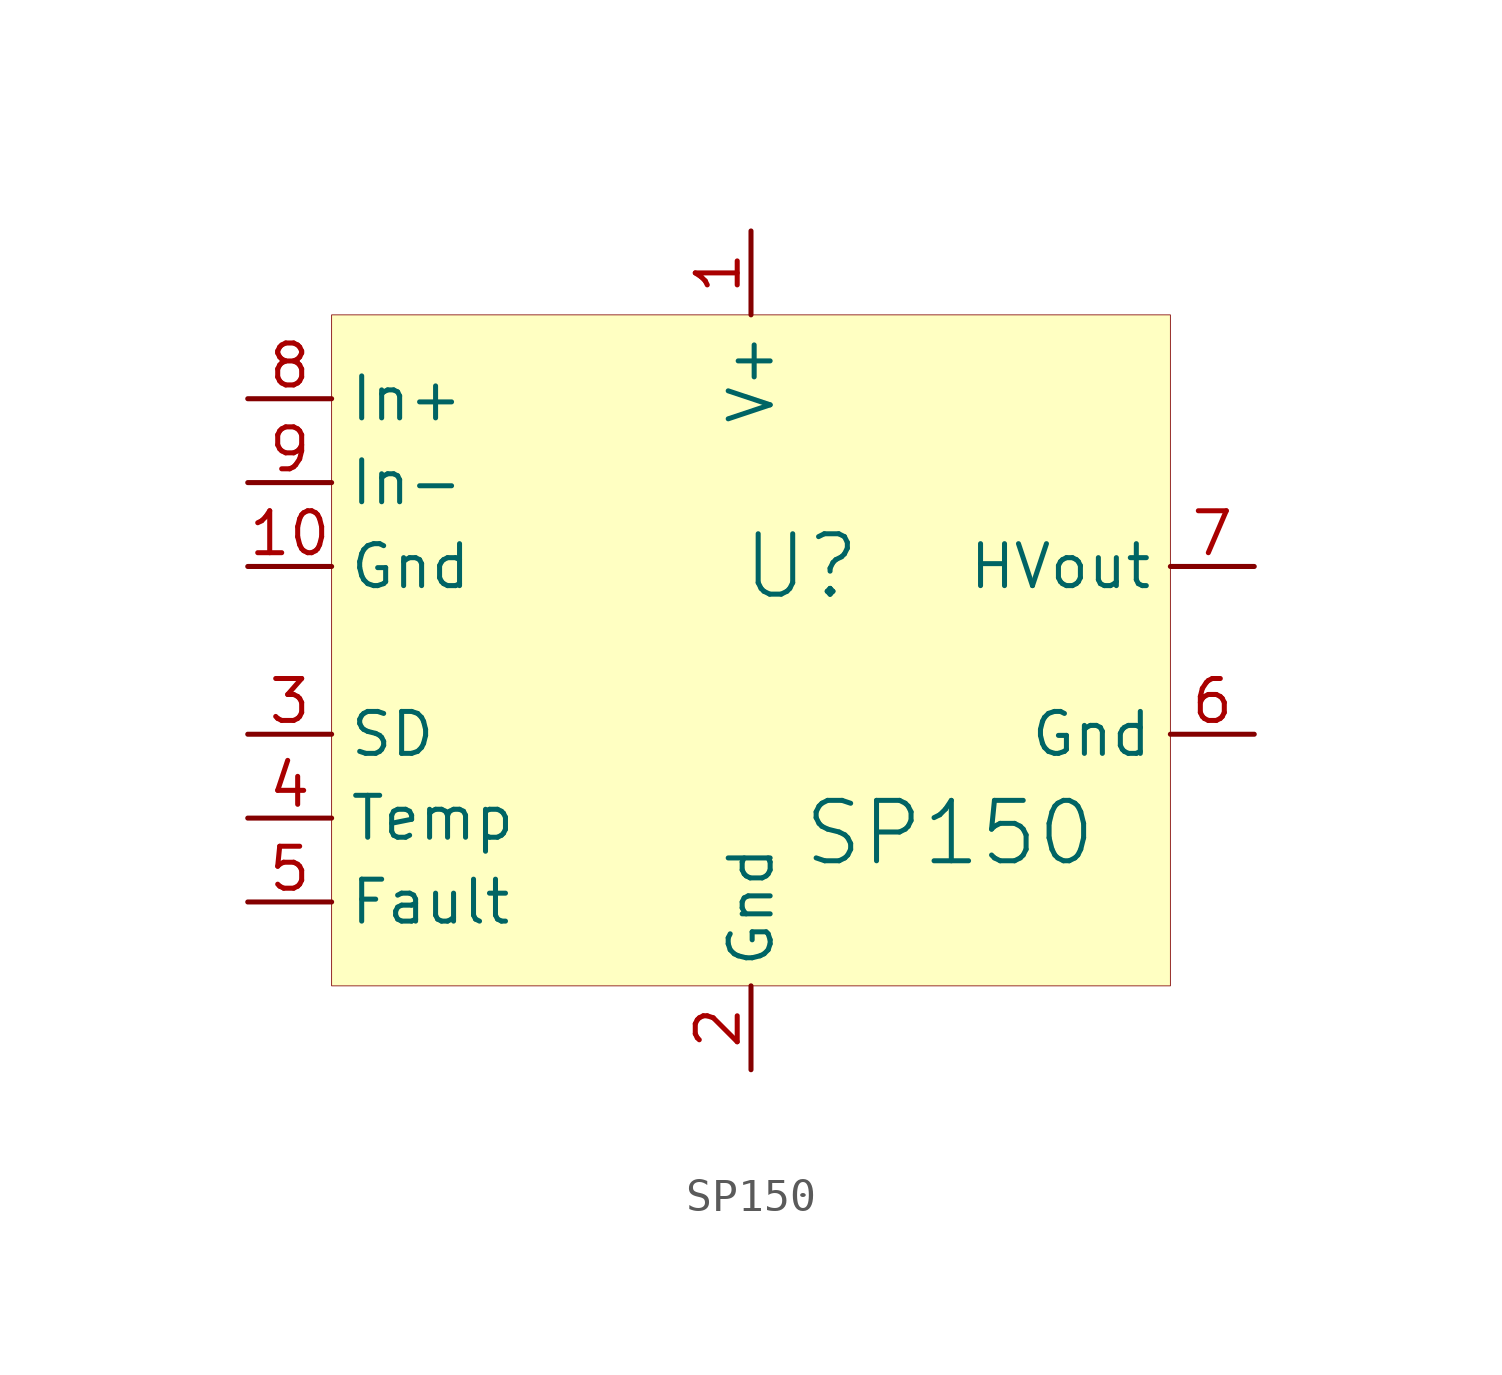
<source format=kicad_sym>
(kicad_symbol_lib
  (version 20241209)
  (generator "kicad_symbol_editor")
  (generator_version "9.0")
  (symbol "SP150"
    (property "Reference" "U"
      (at 1.524 2.54 0)
      (effects (font (size 1.829 1.829))))
    (property "Value" "SP150"
      (at 1.524 -6.604 0)
      (effects (font (size 1.829 1.829)) (justify left bottom)))
    (symbol "SP150_1_0"
      (rectangle (start 12.7 10.16) (end -12.7 -10.16) (stroke (width 0.025) (type solid) (color 128 0 0 1)) (fill (type background)))
      (pin passive line (at -15.24 7.62 0) (length 2.54) (name "In+" (effects (font (size 1.27 1.27)))) (number "8" (effects (font (size 1.27 1.27)))))
      (pin passive line (at -15.24 5.08 0) (length 2.54) (name "In-" (effects (font (size 1.27 1.27)))) (number "9" (effects (font (size 1.27 1.27)))))
      (pin passive line (at -15.24 2.54 0) (length 2.54) (name "Gnd" (effects (font (size 1.27 1.27)))) (number "10" (effects (font (size 1.27 1.27)))))
      (pin passive line (at -15.24 -2.54 0) (length 2.54) (name "SD" (effects (font (size 1.27 1.27)))) (number "3" (effects (font (size 1.27 1.27)))))
      (pin passive line (at -15.24 -5.08 0) (length 2.54) (name "Temp" (effects (font (size 1.27 1.27)))) (number "4" (effects (font (size 1.27 1.27)))))
      (pin passive line (at -15.24 -7.62 0) (length 2.54) (name "Fault" (effects (font (size 1.27 1.27)))) (number "5" (effects (font (size 1.27 1.27)))))
      (pin passive line (at 0 12.7 270) (length 2.54) (name "V+" (effects (font (size 1.27 1.27)))) (number "1" (effects (font (size 1.27 1.27)))))
      (pin passive line (at 0 -12.7 90) (length 2.54) (name "Gnd" (effects (font (size 1.27 1.27)))) (number "2" (effects (font (size 1.27 1.27)))))
      (pin passive line (at 15.24 2.54 180) (length 2.54) (name "HVout" (effects (font (size 1.27 1.27)))) (number "7" (effects (font (size 1.27 1.27)))))
      (pin passive line (at 15.24 -2.54 180) (length 2.54) (name "Gnd" (effects (font (size 1.27 1.27)))) (number "6" (effects (font (size 1.27 1.27))))))))
</source>
